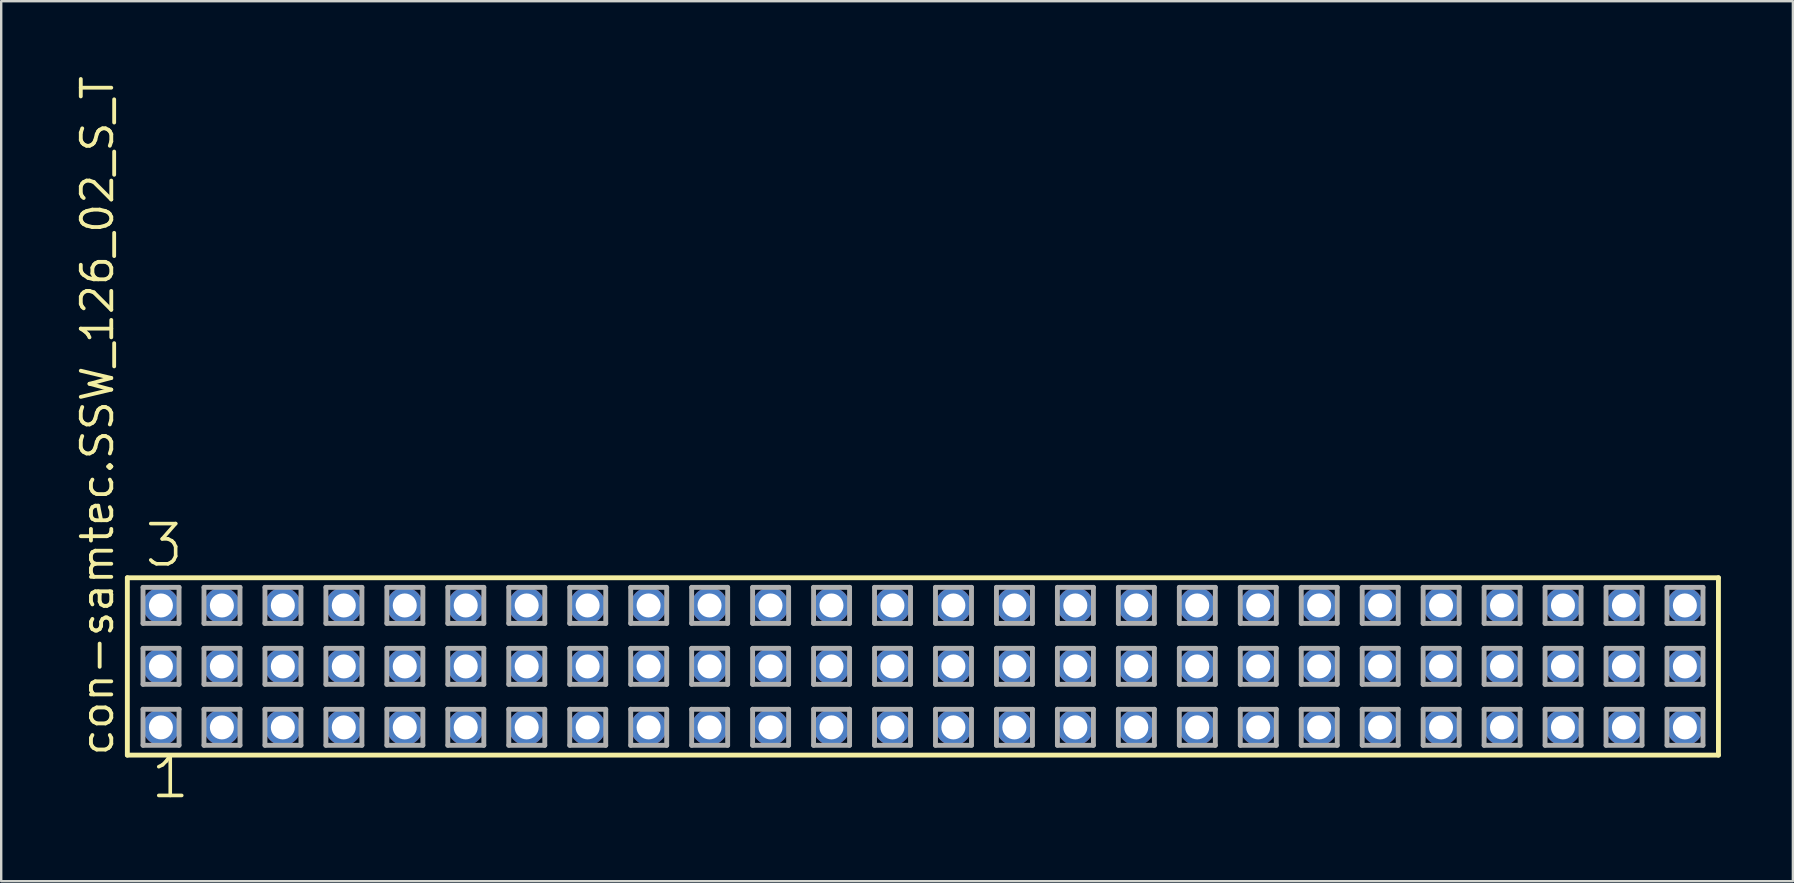
<source format=kicad_pcb>
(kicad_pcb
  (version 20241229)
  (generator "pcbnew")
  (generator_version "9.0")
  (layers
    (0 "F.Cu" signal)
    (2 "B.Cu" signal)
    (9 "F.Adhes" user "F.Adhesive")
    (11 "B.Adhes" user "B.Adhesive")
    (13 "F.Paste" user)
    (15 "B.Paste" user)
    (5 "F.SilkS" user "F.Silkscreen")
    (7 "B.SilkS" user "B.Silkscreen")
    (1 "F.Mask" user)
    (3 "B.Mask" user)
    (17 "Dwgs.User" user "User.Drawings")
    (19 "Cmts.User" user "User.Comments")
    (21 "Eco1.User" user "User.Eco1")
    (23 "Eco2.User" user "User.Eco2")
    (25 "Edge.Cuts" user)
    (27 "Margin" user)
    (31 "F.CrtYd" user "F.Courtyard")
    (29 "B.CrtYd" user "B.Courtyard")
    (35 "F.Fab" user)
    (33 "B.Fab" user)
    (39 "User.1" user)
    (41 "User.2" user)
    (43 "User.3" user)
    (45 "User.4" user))
  (footprint "con-samtec.SSW_126_02_S_T"
    (layer "F.Cu")
    (at 35.405 24.719)
    (property "Reference" "con-samtec.SSW_126_02_S_T" (at -33.655 3.81 90) (layer "F.SilkS") (effects (font (size 1.27 1.27) (thickness 0.16)) (justify left bottom)))
    (attr through_hole)
    (fp_line (start -33.149 -3.695) (end 33.149 -3.695) (stroke (width 0.203) (type default)) (layer "F.SilkS"))
    (fp_line (start -33.149 3.695) (end -33.149 -3.695) (stroke (width 0.203) (type default)) (layer "F.SilkS"))
    (fp_line (start 33.149 -3.695) (end 33.149 3.695) (stroke (width 0.203) (type default)) (layer "F.SilkS"))
    (fp_line (start 33.149 3.695) (end -33.149 3.695) (stroke (width 0.203) (type default)) (layer "F.SilkS"))
    (fp_line (start -32.495 -3.295) (end -30.995 -3.295) (stroke (width 0.203) (type default)) (layer "F.Fab"))
    (fp_line (start -32.495 -1.795) (end -32.495 -3.295) (stroke (width 0.203) (type default)) (layer "F.Fab"))
    (fp_line (start -32.495 -0.755) (end -30.995 -0.755) (stroke (width 0.203) (type default)) (layer "F.Fab"))
    (fp_line (start -32.495 0.745) (end -32.495 -0.755) (stroke (width 0.203) (type default)) (layer "F.Fab"))
    (fp_line (start -32.495 1.785) (end -30.995 1.785) (stroke (width 0.203) (type default)) (layer "F.Fab"))
    (fp_line (start -32.495 3.285) (end -32.495 1.785) (stroke (width 0.203) (type default)) (layer "F.Fab"))
    (fp_line (start -30.995 -3.295) (end -30.995 -1.795) (stroke (width 0.203) (type default)) (layer "F.Fab"))
    (fp_line (start -30.995 -1.795) (end -32.495 -1.795) (stroke (width 0.203) (type default)) (layer "F.Fab"))
    (fp_line (start -30.995 -0.755) (end -30.995 0.745) (stroke (width 0.203) (type default)) (layer "F.Fab"))
    (fp_line (start -30.995 0.745) (end -32.495 0.745) (stroke (width 0.203) (type default)) (layer "F.Fab"))
    (fp_line (start -30.995 1.785) (end -30.995 3.285) (stroke (width 0.203) (type default)) (layer "F.Fab"))
    (fp_line (start -30.995 3.285) (end -32.495 3.285) (stroke (width 0.203) (type default)) (layer "F.Fab"))
    (fp_line (start -29.955 -3.295) (end -28.455 -3.295) (stroke (width 0.203) (type default)) (layer "F.Fab"))
    (fp_line (start -29.955 -1.795) (end -29.955 -3.295) (stroke (width 0.203) (type default)) (layer "F.Fab"))
    (fp_line (start -29.955 -0.755) (end -28.455 -0.755) (stroke (width 0.203) (type default)) (layer "F.Fab"))
    (fp_line (start -29.955 0.745) (end -29.955 -0.755) (stroke (width 0.203) (type default)) (layer "F.Fab"))
    (fp_line (start -29.955 1.785) (end -28.455 1.785) (stroke (width 0.203) (type default)) (layer "F.Fab"))
    (fp_line (start -29.955 3.285) (end -29.955 1.785) (stroke (width 0.203) (type default)) (layer "F.Fab"))
    (fp_line (start -28.455 -3.295) (end -28.455 -1.795) (stroke (width 0.203) (type default)) (layer "F.Fab"))
    (fp_line (start -28.455 -1.795) (end -29.955 -1.795) (stroke (width 0.203) (type default)) (layer "F.Fab"))
    (fp_line (start -28.455 -0.755) (end -28.455 0.745) (stroke (width 0.203) (type default)) (layer "F.Fab"))
    (fp_line (start -28.455 0.745) (end -29.955 0.745) (stroke (width 0.203) (type default)) (layer "F.Fab"))
    (fp_line (start -28.455 1.785) (end -28.455 3.285) (stroke (width 0.203) (type default)) (layer "F.Fab"))
    (fp_line (start -28.455 3.285) (end -29.955 3.285) (stroke (width 0.203) (type default)) (layer "F.Fab"))
    (fp_line (start -27.415 -3.295) (end -25.915 -3.295) (stroke (width 0.203) (type default)) (layer "F.Fab"))
    (fp_line (start -27.415 -1.795) (end -27.415 -3.295) (stroke (width 0.203) (type default)) (layer "F.Fab"))
    (fp_line (start -27.415 -0.755) (end -25.915 -0.755) (stroke (width 0.203) (type default)) (layer "F.Fab"))
    (fp_line (start -27.415 0.745) (end -27.415 -0.755) (stroke (width 0.203) (type default)) (layer "F.Fab"))
    (fp_line (start -27.415 1.785) (end -25.915 1.785) (stroke (width 0.203) (type default)) (layer "F.Fab"))
    (fp_line (start -27.415 3.285) (end -27.415 1.785) (stroke (width 0.203) (type default)) (layer "F.Fab"))
    (fp_line (start -25.915 -3.295) (end -25.915 -1.795) (stroke (width 0.203) (type default)) (layer "F.Fab"))
    (fp_line (start -25.915 -1.795) (end -27.415 -1.795) (stroke (width 0.203) (type default)) (layer "F.Fab"))
    (fp_line (start -25.915 -0.755) (end -25.915 0.745) (stroke (width 0.203) (type default)) (layer "F.Fab"))
    (fp_line (start -25.915 0.745) (end -27.415 0.745) (stroke (width 0.203) (type default)) (layer "F.Fab"))
    (fp_line (start -25.915 1.785) (end -25.915 3.285) (stroke (width 0.203) (type default)) (layer "F.Fab"))
    (fp_line (start -25.915 3.285) (end -27.415 3.285) (stroke (width 0.203) (type default)) (layer "F.Fab"))
    (fp_line (start -24.875 -3.295) (end -23.375 -3.295) (stroke (width 0.203) (type default)) (layer "F.Fab"))
    (fp_line (start -24.875 -1.795) (end -24.875 -3.295) (stroke (width 0.203) (type default)) (layer "F.Fab"))
    (fp_line (start -24.875 -0.755) (end -23.375 -0.755) (stroke (width 0.203) (type default)) (layer "F.Fab"))
    (fp_line (start -24.875 0.745) (end -24.875 -0.755) (stroke (width 0.203) (type default)) (layer "F.Fab"))
    (fp_line (start -24.875 1.785) (end -23.375 1.785) (stroke (width 0.203) (type default)) (layer "F.Fab"))
    (fp_line (start -24.875 3.285) (end -24.875 1.785) (stroke (width 0.203) (type default)) (layer "F.Fab"))
    (fp_line (start -23.375 -3.295) (end -23.375 -1.795) (stroke (width 0.203) (type default)) (layer "F.Fab"))
    (fp_line (start -23.375 -1.795) (end -24.875 -1.795) (stroke (width 0.203) (type default)) (layer "F.Fab"))
    (fp_line (start -23.375 -0.755) (end -23.375 0.745) (stroke (width 0.203) (type default)) (layer "F.Fab"))
    (fp_line (start -23.375 0.745) (end -24.875 0.745) (stroke (width 0.203) (type default)) (layer "F.Fab"))
    (fp_line (start -23.375 1.785) (end -23.375 3.285) (stroke (width 0.203) (type default)) (layer "F.Fab"))
    (fp_line (start -23.375 3.285) (end -24.875 3.285) (stroke (width 0.203) (type default)) (layer "F.Fab"))
    (fp_line (start -22.335 -3.295) (end -20.835 -3.295) (stroke (width 0.203) (type default)) (layer "F.Fab"))
    (fp_line (start -22.335 -1.795) (end -22.335 -3.295) (stroke (width 0.203) (type default)) (layer "F.Fab"))
    (fp_line (start -22.335 -0.755) (end -20.835 -0.755) (stroke (width 0.203) (type default)) (layer "F.Fab"))
    (fp_line (start -22.335 0.745) (end -22.335 -0.755) (stroke (width 0.203) (type default)) (layer "F.Fab"))
    (fp_line (start -22.335 1.785) (end -20.835 1.785) (stroke (width 0.203) (type default)) (layer "F.Fab"))
    (fp_line (start -22.335 3.285) (end -22.335 1.785) (stroke (width 0.203) (type default)) (layer "F.Fab"))
    (fp_line (start -20.835 -3.295) (end -20.835 -1.795) (stroke (width 0.203) (type default)) (layer "F.Fab"))
    (fp_line (start -20.835 -1.795) (end -22.335 -1.795) (stroke (width 0.203) (type default)) (layer "F.Fab"))
    (fp_line (start -20.835 -0.755) (end -20.835 0.745) (stroke (width 0.203) (type default)) (layer "F.Fab"))
    (fp_line (start -20.835 0.745) (end -22.335 0.745) (stroke (width 0.203) (type default)) (layer "F.Fab"))
    (fp_line (start -20.835 1.785) (end -20.835 3.285) (stroke (width 0.203) (type default)) (layer "F.Fab"))
    (fp_line (start -20.835 3.285) (end -22.335 3.285) (stroke (width 0.203) (type default)) (layer "F.Fab"))
    (fp_line (start -19.795 -3.295) (end -18.295 -3.295) (stroke (width 0.203) (type default)) (layer "F.Fab"))
    (fp_line (start -19.795 -1.795) (end -19.795 -3.295) (stroke (width 0.203) (type default)) (layer "F.Fab"))
    (fp_line (start -19.795 -0.755) (end -18.295 -0.755) (stroke (width 0.203) (type default)) (layer "F.Fab"))
    (fp_line (start -19.795 0.745) (end -19.795 -0.755) (stroke (width 0.203) (type default)) (layer "F.Fab"))
    (fp_line (start -19.795 1.785) (end -18.295 1.785) (stroke (width 0.203) (type default)) (layer "F.Fab"))
    (fp_line (start -19.795 3.285) (end -19.795 1.785) (stroke (width 0.203) (type default)) (layer "F.Fab"))
    (fp_line (start -18.295 -3.295) (end -18.295 -1.795) (stroke (width 0.203) (type default)) (layer "F.Fab"))
    (fp_line (start -18.295 -1.795) (end -19.795 -1.795) (stroke (width 0.203) (type default)) (layer "F.Fab"))
    (fp_line (start -18.295 -0.755) (end -18.295 0.745) (stroke (width 0.203) (type default)) (layer "F.Fab"))
    (fp_line (start -18.295 0.745) (end -19.795 0.745) (stroke (width 0.203) (type default)) (layer "F.Fab"))
    (fp_line (start -18.295 1.785) (end -18.295 3.285) (stroke (width 0.203) (type default)) (layer "F.Fab"))
    (fp_line (start -18.295 3.285) (end -19.795 3.285) (stroke (width 0.203) (type default)) (layer "F.Fab"))
    (fp_line (start -17.255 -3.295) (end -15.755 -3.295) (stroke (width 0.203) (type default)) (layer "F.Fab"))
    (fp_line (start -17.255 -1.795) (end -17.255 -3.295) (stroke (width 0.203) (type default)) (layer "F.Fab"))
    (fp_line (start -17.255 -0.755) (end -15.755 -0.755) (stroke (width 0.203) (type default)) (layer "F.Fab"))
    (fp_line (start -17.255 0.745) (end -17.255 -0.755) (stroke (width 0.203) (type default)) (layer "F.Fab"))
    (fp_line (start -17.255 1.785) (end -15.755 1.785) (stroke (width 0.203) (type default)) (layer "F.Fab"))
    (fp_line (start -17.255 3.285) (end -17.255 1.785) (stroke (width 0.203) (type default)) (layer "F.Fab"))
    (fp_line (start -15.755 -3.295) (end -15.755 -1.795) (stroke (width 0.203) (type default)) (layer "F.Fab"))
    (fp_line (start -15.755 -1.795) (end -17.255 -1.795) (stroke (width 0.203) (type default)) (layer "F.Fab"))
    (fp_line (start -15.755 -0.755) (end -15.755 0.745) (stroke (width 0.203) (type default)) (layer "F.Fab"))
    (fp_line (start -15.755 0.745) (end -17.255 0.745) (stroke (width 0.203) (type default)) (layer "F.Fab"))
    (fp_line (start -15.755 1.785) (end -15.755 3.285) (stroke (width 0.203) (type default)) (layer "F.Fab"))
    (fp_line (start -15.755 3.285) (end -17.255 3.285) (stroke (width 0.203) (type default)) (layer "F.Fab"))
    (fp_line (start -14.715 -3.295) (end -13.215 -3.295) (stroke (width 0.203) (type default)) (layer "F.Fab"))
    (fp_line (start -14.715 -1.795) (end -14.715 -3.295) (stroke (width 0.203) (type default)) (layer "F.Fab"))
    (fp_line (start -14.715 -0.755) (end -13.215 -0.755) (stroke (width 0.203) (type default)) (layer "F.Fab"))
    (fp_line (start -14.715 0.745) (end -14.715 -0.755) (stroke (width 0.203) (type default)) (layer "F.Fab"))
    (fp_line (start -14.715 1.785) (end -13.215 1.785) (stroke (width 0.203) (type default)) (layer "F.Fab"))
    (fp_line (start -14.715 3.285) (end -14.715 1.785) (stroke (width 0.203) (type default)) (layer "F.Fab"))
    (fp_line (start -13.215 -3.295) (end -13.215 -1.795) (stroke (width 0.203) (type default)) (layer "F.Fab"))
    (fp_line (start -13.215 -1.795) (end -14.715 -1.795) (stroke (width 0.203) (type default)) (layer "F.Fab"))
    (fp_line (start -13.215 -0.755) (end -13.215 0.745) (stroke (width 0.203) (type default)) (layer "F.Fab"))
    (fp_line (start -13.215 0.745) (end -14.715 0.745) (stroke (width 0.203) (type default)) (layer "F.Fab"))
    (fp_line (start -13.215 1.785) (end -13.215 3.285) (stroke (width 0.203) (type default)) (layer "F.Fab"))
    (fp_line (start -13.215 3.285) (end -14.715 3.285) (stroke (width 0.203) (type default)) (layer "F.Fab"))
    (fp_line (start -12.175 -3.295) (end -10.675 -3.295) (stroke (width 0.203) (type default)) (layer "F.Fab"))
    (fp_line (start -12.175 -1.795) (end -12.175 -3.295) (stroke (width 0.203) (type default)) (layer "F.Fab"))
    (fp_line (start -12.175 -0.755) (end -10.675 -0.755) (stroke (width 0.203) (type default)) (layer "F.Fab"))
    (fp_line (start -12.175 0.745) (end -12.175 -0.755) (stroke (width 0.203) (type default)) (layer "F.Fab"))
    (fp_line (start -12.175 1.785) (end -10.675 1.785) (stroke (width 0.203) (type default)) (layer "F.Fab"))
    (fp_line (start -12.175 3.285) (end -12.175 1.785) (stroke (width 0.203) (type default)) (layer "F.Fab"))
    (fp_line (start -10.675 -3.295) (end -10.675 -1.795) (stroke (width 0.203) (type default)) (layer "F.Fab"))
    (fp_line (start -10.675 -1.795) (end -12.175 -1.795) (stroke (width 0.203) (type default)) (layer "F.Fab"))
    (fp_line (start -10.675 -0.755) (end -10.675 0.745) (stroke (width 0.203) (type default)) (layer "F.Fab"))
    (fp_line (start -10.675 0.745) (end -12.175 0.745) (stroke (width 0.203) (type default)) (layer "F.Fab"))
    (fp_line (start -10.675 1.785) (end -10.675 3.285) (stroke (width 0.203) (type default)) (layer "F.Fab"))
    (fp_line (start -10.675 3.285) (end -12.175 3.285) (stroke (width 0.203) (type default)) (layer "F.Fab"))
    (fp_line (start -9.635 -3.295) (end -8.135 -3.295) (stroke (width 0.203) (type default)) (layer "F.Fab"))
    (fp_line (start -9.635 -1.795) (end -9.635 -3.295) (stroke (width 0.203) (type default)) (layer "F.Fab"))
    (fp_line (start -9.635 -0.755) (end -8.135 -0.755) (stroke (width 0.203) (type default)) (layer "F.Fab"))
    (fp_line (start -9.635 0.745) (end -9.635 -0.755) (stroke (width 0.203) (type default)) (layer "F.Fab"))
    (fp_line (start -9.635 1.785) (end -8.135 1.785) (stroke (width 0.203) (type default)) (layer "F.Fab"))
    (fp_line (start -9.635 3.285) (end -9.635 1.785) (stroke (width 0.203) (type default)) (layer "F.Fab"))
    (fp_line (start -8.135 -3.295) (end -8.135 -1.795) (stroke (width 0.203) (type default)) (layer "F.Fab"))
    (fp_line (start -8.135 -1.795) (end -9.635 -1.795) (stroke (width 0.203) (type default)) (layer "F.Fab"))
    (fp_line (start -8.135 -0.755) (end -8.135 0.745) (stroke (width 0.203) (type default)) (layer "F.Fab"))
    (fp_line (start -8.135 0.745) (end -9.635 0.745) (stroke (width 0.203) (type default)) (layer "F.Fab"))
    (fp_line (start -8.135 1.785) (end -8.135 3.285) (stroke (width 0.203) (type default)) (layer "F.Fab"))
    (fp_line (start -8.135 3.285) (end -9.635 3.285) (stroke (width 0.203) (type default)) (layer "F.Fab"))
    (fp_line (start -7.095 -3.295) (end -5.595 -3.295) (stroke (width 0.203) (type default)) (layer "F.Fab"))
    (fp_line (start -7.095 -1.795) (end -7.095 -3.295) (stroke (width 0.203) (type default)) (layer "F.Fab"))
    (fp_line (start -7.095 -0.755) (end -5.595 -0.755) (stroke (width 0.203) (type default)) (layer "F.Fab"))
    (fp_line (start -7.095 0.745) (end -7.095 -0.755) (stroke (width 0.203) (type default)) (layer "F.Fab"))
    (fp_line (start -7.095 1.785) (end -5.595 1.785) (stroke (width 0.203) (type default)) (layer "F.Fab"))
    (fp_line (start -7.095 3.285) (end -7.095 1.785) (stroke (width 0.203) (type default)) (layer "F.Fab"))
    (fp_line (start -5.595 -3.295) (end -5.595 -1.795) (stroke (width 0.203) (type default)) (layer "F.Fab"))
    (fp_line (start -5.595 -1.795) (end -7.095 -1.795) (stroke (width 0.203) (type default)) (layer "F.Fab"))
    (fp_line (start -5.595 -0.755) (end -5.595 0.745) (stroke (width 0.203) (type default)) (layer "F.Fab"))
    (fp_line (start -5.595 0.745) (end -7.095 0.745) (stroke (width 0.203) (type default)) (layer "F.Fab"))
    (fp_line (start -5.595 1.785) (end -5.595 3.285) (stroke (width 0.203) (type default)) (layer "F.Fab"))
    (fp_line (start -5.595 3.285) (end -7.095 3.285) (stroke (width 0.203) (type default)) (layer "F.Fab"))
    (fp_line (start -4.555 -3.295) (end -3.055 -3.295) (stroke (width 0.203) (type default)) (layer "F.Fab"))
    (fp_line (start -4.555 -1.795) (end -4.555 -3.295) (stroke (width 0.203) (type default)) (layer "F.Fab"))
    (fp_line (start -4.555 -0.755) (end -3.055 -0.755) (stroke (width 0.203) (type default)) (layer "F.Fab"))
    (fp_line (start -4.555 0.745) (end -4.555 -0.755) (stroke (width 0.203) (type default)) (layer "F.Fab"))
    (fp_line (start -4.555 1.785) (end -3.055 1.785) (stroke (width 0.203) (type default)) (layer "F.Fab"))
    (fp_line (start -4.555 3.285) (end -4.555 1.785) (stroke (width 0.203) (type default)) (layer "F.Fab"))
    (fp_line (start -3.055 -3.295) (end -3.055 -1.795) (stroke (width 0.203) (type default)) (layer "F.Fab"))
    (fp_line (start -3.055 -1.795) (end -4.555 -1.795) (stroke (width 0.203) (type default)) (layer "F.Fab"))
    (fp_line (start -3.055 -0.755) (end -3.055 0.745) (stroke (width 0.203) (type default)) (layer "F.Fab"))
    (fp_line (start -3.055 0.745) (end -4.555 0.745) (stroke (width 0.203) (type default)) (layer "F.Fab"))
    (fp_line (start -3.055 1.785) (end -3.055 3.285) (stroke (width 0.203) (type default)) (layer "F.Fab"))
    (fp_line (start -3.055 3.285) (end -4.555 3.285) (stroke (width 0.203) (type default)) (layer "F.Fab"))
    (fp_line (start -2.015 -3.295) (end -0.515 -3.295) (stroke (width 0.203) (type default)) (layer "F.Fab"))
    (fp_line (start -2.015 -1.795) (end -2.015 -3.295) (stroke (width 0.203) (type default)) (layer "F.Fab"))
    (fp_line (start -2.015 -0.755) (end -0.515 -0.755) (stroke (width 0.203) (type default)) (layer "F.Fab"))
    (fp_line (start -2.015 0.745) (end -2.015 -0.755) (stroke (width 0.203) (type default)) (layer "F.Fab"))
    (fp_line (start -2.015 1.785) (end -0.515 1.785) (stroke (width 0.203) (type default)) (layer "F.Fab"))
    (fp_line (start -2.015 3.285) (end -2.015 1.785) (stroke (width 0.203) (type default)) (layer "F.Fab"))
    (fp_line (start -0.515 -3.295) (end -0.515 -1.795) (stroke (width 0.203) (type default)) (layer "F.Fab"))
    (fp_line (start -0.515 -1.795) (end -2.015 -1.795) (stroke (width 0.203) (type default)) (layer "F.Fab"))
    (fp_line (start -0.515 -0.755) (end -0.515 0.745) (stroke (width 0.203) (type default)) (layer "F.Fab"))
    (fp_line (start -0.515 0.745) (end -2.015 0.745) (stroke (width 0.203) (type default)) (layer "F.Fab"))
    (fp_line (start -0.515 1.785) (end -0.515 3.285) (stroke (width 0.203) (type default)) (layer "F.Fab"))
    (fp_line (start -0.515 3.285) (end -2.015 3.285) (stroke (width 0.203) (type default)) (layer "F.Fab"))
    (fp_line (start 0.525 -3.295) (end 2.025 -3.295) (stroke (width 0.203) (type default)) (layer "F.Fab"))
    (fp_line (start 0.525 -1.795) (end 0.525 -3.295) (stroke (width 0.203) (type default)) (layer "F.Fab"))
    (fp_line (start 0.525 -0.755) (end 2.025 -0.755) (stroke (width 0.203) (type default)) (layer "F.Fab"))
    (fp_line (start 0.525 0.745) (end 0.525 -0.755) (stroke (width 0.203) (type default)) (layer "F.Fab"))
    (fp_line (start 0.525 1.785) (end 2.025 1.785) (stroke (width 0.203) (type default)) (layer "F.Fab"))
    (fp_line (start 0.525 3.285) (end 0.525 1.785) (stroke (width 0.203) (type default)) (layer "F.Fab"))
    (fp_line (start 2.025 -3.295) (end 2.025 -1.795) (stroke (width 0.203) (type default)) (layer "F.Fab"))
    (fp_line (start 2.025 -1.795) (end 0.525 -1.795) (stroke (width 0.203) (type default)) (layer "F.Fab"))
    (fp_line (start 2.025 -0.755) (end 2.025 0.745) (stroke (width 0.203) (type default)) (layer "F.Fab"))
    (fp_line (start 2.025 0.745) (end 0.525 0.745) (stroke (width 0.203) (type default)) (layer "F.Fab"))
    (fp_line (start 2.025 1.785) (end 2.025 3.285) (stroke (width 0.203) (type default)) (layer "F.Fab"))
    (fp_line (start 2.025 3.285) (end 0.525 3.285) (stroke (width 0.203) (type default)) (layer "F.Fab"))
    (fp_line (start 3.065 -3.295) (end 4.565 -3.295) (stroke (width 0.203) (type default)) (layer "F.Fab"))
    (fp_line (start 3.065 -1.795) (end 3.065 -3.295) (stroke (width 0.203) (type default)) (layer "F.Fab"))
    (fp_line (start 3.065 -0.755) (end 4.565 -0.755) (stroke (width 0.203) (type default)) (layer "F.Fab"))
    (fp_line (start 3.065 0.745) (end 3.065 -0.755) (stroke (width 0.203) (type default)) (layer "F.Fab"))
    (fp_line (start 3.065 1.785) (end 4.565 1.785) (stroke (width 0.203) (type default)) (layer "F.Fab"))
    (fp_line (start 3.065 3.285) (end 3.065 1.785) (stroke (width 0.203) (type default)) (layer "F.Fab"))
    (fp_line (start 4.565 -3.295) (end 4.565 -1.795) (stroke (width 0.203) (type default)) (layer "F.Fab"))
    (fp_line (start 4.565 -1.795) (end 3.065 -1.795) (stroke (width 0.203) (type default)) (layer "F.Fab"))
    (fp_line (start 4.565 -0.755) (end 4.565 0.745) (stroke (width 0.203) (type default)) (layer "F.Fab"))
    (fp_line (start 4.565 0.745) (end 3.065 0.745) (stroke (width 0.203) (type default)) (layer "F.Fab"))
    (fp_line (start 4.565 1.785) (end 4.565 3.285) (stroke (width 0.203) (type default)) (layer "F.Fab"))
    (fp_line (start 4.565 3.285) (end 3.065 3.285) (stroke (width 0.203) (type default)) (layer "F.Fab"))
    (fp_line (start 5.605 -3.295) (end 7.105 -3.295) (stroke (width 0.203) (type default)) (layer "F.Fab"))
    (fp_line (start 5.605 -1.795) (end 5.605 -3.295) (stroke (width 0.203) (type default)) (layer "F.Fab"))
    (fp_line (start 5.605 -0.755) (end 7.105 -0.755) (stroke (width 0.203) (type default)) (layer "F.Fab"))
    (fp_line (start 5.605 0.745) (end 5.605 -0.755) (stroke (width 0.203) (type default)) (layer "F.Fab"))
    (fp_line (start 5.605 1.785) (end 7.105 1.785) (stroke (width 0.203) (type default)) (layer "F.Fab"))
    (fp_line (start 5.605 3.285) (end 5.605 1.785) (stroke (width 0.203) (type default)) (layer "F.Fab"))
    (fp_line (start 7.105 -3.295) (end 7.105 -1.795) (stroke (width 0.203) (type default)) (layer "F.Fab"))
    (fp_line (start 7.105 -1.795) (end 5.605 -1.795) (stroke (width 0.203) (type default)) (layer "F.Fab"))
    (fp_line (start 7.105 -0.755) (end 7.105 0.745) (stroke (width 0.203) (type default)) (layer "F.Fab"))
    (fp_line (start 7.105 0.745) (end 5.605 0.745) (stroke (width 0.203) (type default)) (layer "F.Fab"))
    (fp_line (start 7.105 1.785) (end 7.105 3.285) (stroke (width 0.203) (type default)) (layer "F.Fab"))
    (fp_line (start 7.105 3.285) (end 5.605 3.285) (stroke (width 0.203) (type default)) (layer "F.Fab"))
    (fp_line (start 8.145 -3.295) (end 9.645 -3.295) (stroke (width 0.203) (type default)) (layer "F.Fab"))
    (fp_line (start 8.145 -1.795) (end 8.145 -3.295) (stroke (width 0.203) (type default)) (layer "F.Fab"))
    (fp_line (start 8.145 -0.755) (end 9.645 -0.755) (stroke (width 0.203) (type default)) (layer "F.Fab"))
    (fp_line (start 8.145 0.745) (end 8.145 -0.755) (stroke (width 0.203) (type default)) (layer "F.Fab"))
    (fp_line (start 8.145 1.785) (end 9.645 1.785) (stroke (width 0.203) (type default)) (layer "F.Fab"))
    (fp_line (start 8.145 3.285) (end 8.145 1.785) (stroke (width 0.203) (type default)) (layer "F.Fab"))
    (fp_line (start 9.645 -3.295) (end 9.645 -1.795) (stroke (width 0.203) (type default)) (layer "F.Fab"))
    (fp_line (start 9.645 -1.795) (end 8.145 -1.795) (stroke (width 0.203) (type default)) (layer "F.Fab"))
    (fp_line (start 9.645 -0.755) (end 9.645 0.745) (stroke (width 0.203) (type default)) (layer "F.Fab"))
    (fp_line (start 9.645 0.745) (end 8.145 0.745) (stroke (width 0.203) (type default)) (layer "F.Fab"))
    (fp_line (start 9.645 1.785) (end 9.645 3.285) (stroke (width 0.203) (type default)) (layer "F.Fab"))
    (fp_line (start 9.645 3.285) (end 8.145 3.285) (stroke (width 0.203) (type default)) (layer "F.Fab"))
    (fp_line (start 10.685 -3.295) (end 12.185 -3.295) (stroke (width 0.203) (type default)) (layer "F.Fab"))
    (fp_line (start 10.685 -1.795) (end 10.685 -3.295) (stroke (width 0.203) (type default)) (layer "F.Fab"))
    (fp_line (start 10.685 -0.755) (end 12.185 -0.755) (stroke (width 0.203) (type default)) (layer "F.Fab"))
    (fp_line (start 10.685 0.745) (end 10.685 -0.755) (stroke (width 0.203) (type default)) (layer "F.Fab"))
    (fp_line (start 10.685 1.785) (end 12.185 1.785) (stroke (width 0.203) (type default)) (layer "F.Fab"))
    (fp_line (start 10.685 3.285) (end 10.685 1.785) (stroke (width 0.203) (type default)) (layer "F.Fab"))
    (fp_line (start 12.185 -3.295) (end 12.185 -1.795) (stroke (width 0.203) (type default)) (layer "F.Fab"))
    (fp_line (start 12.185 -1.795) (end 10.685 -1.795) (stroke (width 0.203) (type default)) (layer "F.Fab"))
    (fp_line (start 12.185 -0.755) (end 12.185 0.745) (stroke (width 0.203) (type default)) (layer "F.Fab"))
    (fp_line (start 12.185 0.745) (end 10.685 0.745) (stroke (width 0.203) (type default)) (layer "F.Fab"))
    (fp_line (start 12.185 1.785) (end 12.185 3.285) (stroke (width 0.203) (type default)) (layer "F.Fab"))
    (fp_line (start 12.185 3.285) (end 10.685 3.285) (stroke (width 0.203) (type default)) (layer "F.Fab"))
    (fp_line (start 13.225 -3.295) (end 14.725 -3.295) (stroke (width 0.203) (type default)) (layer "F.Fab"))
    (fp_line (start 13.225 -1.795) (end 13.225 -3.295) (stroke (width 0.203) (type default)) (layer "F.Fab"))
    (fp_line (start 13.225 -0.755) (end 14.725 -0.755) (stroke (width 0.203) (type default)) (layer "F.Fab"))
    (fp_line (start 13.225 0.745) (end 13.225 -0.755) (stroke (width 0.203) (type default)) (layer "F.Fab"))
    (fp_line (start 13.225 1.785) (end 14.725 1.785) (stroke (width 0.203) (type default)) (layer "F.Fab"))
    (fp_line (start 13.225 3.285) (end 13.225 1.785) (stroke (width 0.203) (type default)) (layer "F.Fab"))
    (fp_line (start 14.725 -3.295) (end 14.725 -1.795) (stroke (width 0.203) (type default)) (layer "F.Fab"))
    (fp_line (start 14.725 -1.795) (end 13.225 -1.795) (stroke (width 0.203) (type default)) (layer "F.Fab"))
    (fp_line (start 14.725 -0.755) (end 14.725 0.745) (stroke (width 0.203) (type default)) (layer "F.Fab"))
    (fp_line (start 14.725 0.745) (end 13.225 0.745) (stroke (width 0.203) (type default)) (layer "F.Fab"))
    (fp_line (start 14.725 1.785) (end 14.725 3.285) (stroke (width 0.203) (type default)) (layer "F.Fab"))
    (fp_line (start 14.725 3.285) (end 13.225 3.285) (stroke (width 0.203) (type default)) (layer "F.Fab"))
    (fp_line (start 15.765 -3.295) (end 17.265 -3.295) (stroke (width 0.203) (type default)) (layer "F.Fab"))
    (fp_line (start 15.765 -1.795) (end 15.765 -3.295) (stroke (width 0.203) (type default)) (layer "F.Fab"))
    (fp_line (start 15.765 -0.755) (end 17.265 -0.755) (stroke (width 0.203) (type default)) (layer "F.Fab"))
    (fp_line (start 15.765 0.745) (end 15.765 -0.755) (stroke (width 0.203) (type default)) (layer "F.Fab"))
    (fp_line (start 15.765 1.785) (end 17.265 1.785) (stroke (width 0.203) (type default)) (layer "F.Fab"))
    (fp_line (start 15.765 3.285) (end 15.765 1.785) (stroke (width 0.203) (type default)) (layer "F.Fab"))
    (fp_line (start 17.265 -3.295) (end 17.265 -1.795) (stroke (width 0.203) (type default)) (layer "F.Fab"))
    (fp_line (start 17.265 -1.795) (end 15.765 -1.795) (stroke (width 0.203) (type default)) (layer "F.Fab"))
    (fp_line (start 17.265 -0.755) (end 17.265 0.745) (stroke (width 0.203) (type default)) (layer "F.Fab"))
    (fp_line (start 17.265 0.745) (end 15.765 0.745) (stroke (width 0.203) (type default)) (layer "F.Fab"))
    (fp_line (start 17.265 1.785) (end 17.265 3.285) (stroke (width 0.203) (type default)) (layer "F.Fab"))
    (fp_line (start 17.265 3.285) (end 15.765 3.285) (stroke (width 0.203) (type default)) (layer "F.Fab"))
    (fp_line (start 18.305 -3.295) (end 19.805 -3.295) (stroke (width 0.203) (type default)) (layer "F.Fab"))
    (fp_line (start 18.305 -1.795) (end 18.305 -3.295) (stroke (width 0.203) (type default)) (layer "F.Fab"))
    (fp_line (start 18.305 -0.755) (end 19.805 -0.755) (stroke (width 0.203) (type default)) (layer "F.Fab"))
    (fp_line (start 18.305 0.745) (end 18.305 -0.755) (stroke (width 0.203) (type default)) (layer "F.Fab"))
    (fp_line (start 18.305 1.785) (end 19.805 1.785) (stroke (width 0.203) (type default)) (layer "F.Fab"))
    (fp_line (start 18.305 3.285) (end 18.305 1.785) (stroke (width 0.203) (type default)) (layer "F.Fab"))
    (fp_line (start 19.805 -3.295) (end 19.805 -1.795) (stroke (width 0.203) (type default)) (layer "F.Fab"))
    (fp_line (start 19.805 -1.795) (end 18.305 -1.795) (stroke (width 0.203) (type default)) (layer "F.Fab"))
    (fp_line (start 19.805 -0.755) (end 19.805 0.745) (stroke (width 0.203) (type default)) (layer "F.Fab"))
    (fp_line (start 19.805 0.745) (end 18.305 0.745) (stroke (width 0.203) (type default)) (layer "F.Fab"))
    (fp_line (start 19.805 1.785) (end 19.805 3.285) (stroke (width 0.203) (type default)) (layer "F.Fab"))
    (fp_line (start 19.805 3.285) (end 18.305 3.285) (stroke (width 0.203) (type default)) (layer "F.Fab"))
    (fp_line (start 20.845 -3.295) (end 22.345 -3.295) (stroke (width 0.203) (type default)) (layer "F.Fab"))
    (fp_line (start 20.845 -1.795) (end 20.845 -3.295) (stroke (width 0.203) (type default)) (layer "F.Fab"))
    (fp_line (start 20.845 -0.755) (end 22.345 -0.755) (stroke (width 0.203) (type default)) (layer "F.Fab"))
    (fp_line (start 20.845 0.745) (end 20.845 -0.755) (stroke (width 0.203) (type default)) (layer "F.Fab"))
    (fp_line (start 20.845 1.785) (end 22.345 1.785) (stroke (width 0.203) (type default)) (layer "F.Fab"))
    (fp_line (start 20.845 3.285) (end 20.845 1.785) (stroke (width 0.203) (type default)) (layer "F.Fab"))
    (fp_line (start 22.345 -3.295) (end 22.345 -1.795) (stroke (width 0.203) (type default)) (layer "F.Fab"))
    (fp_line (start 22.345 -1.795) (end 20.845 -1.795) (stroke (width 0.203) (type default)) (layer "F.Fab"))
    (fp_line (start 22.345 -0.755) (end 22.345 0.745) (stroke (width 0.203) (type default)) (layer "F.Fab"))
    (fp_line (start 22.345 0.745) (end 20.845 0.745) (stroke (width 0.203) (type default)) (layer "F.Fab"))
    (fp_line (start 22.345 1.785) (end 22.345 3.285) (stroke (width 0.203) (type default)) (layer "F.Fab"))
    (fp_line (start 22.345 3.285) (end 20.845 3.285) (stroke (width 0.203) (type default)) (layer "F.Fab"))
    (fp_line (start 23.385 -3.295) (end 24.885 -3.295) (stroke (width 0.203) (type default)) (layer "F.Fab"))
    (fp_line (start 23.385 -1.795) (end 23.385 -3.295) (stroke (width 0.203) (type default)) (layer "F.Fab"))
    (fp_line (start 23.385 -0.755) (end 24.885 -0.755) (stroke (width 0.203) (type default)) (layer "F.Fab"))
    (fp_line (start 23.385 0.745) (end 23.385 -0.755) (stroke (width 0.203) (type default)) (layer "F.Fab"))
    (fp_line (start 23.385 1.785) (end 24.885 1.785) (stroke (width 0.203) (type default)) (layer "F.Fab"))
    (fp_line (start 23.385 3.285) (end 23.385 1.785) (stroke (width 0.203) (type default)) (layer "F.Fab"))
    (fp_line (start 24.885 -3.295) (end 24.885 -1.795) (stroke (width 0.203) (type default)) (layer "F.Fab"))
    (fp_line (start 24.885 -1.795) (end 23.385 -1.795) (stroke (width 0.203) (type default)) (layer "F.Fab"))
    (fp_line (start 24.885 -0.755) (end 24.885 0.745) (stroke (width 0.203) (type default)) (layer "F.Fab"))
    (fp_line (start 24.885 0.745) (end 23.385 0.745) (stroke (width 0.203) (type default)) (layer "F.Fab"))
    (fp_line (start 24.885 1.785) (end 24.885 3.285) (stroke (width 0.203) (type default)) (layer "F.Fab"))
    (fp_line (start 24.885 3.285) (end 23.385 3.285) (stroke (width 0.203) (type default)) (layer "F.Fab"))
    (fp_line (start 25.925 -3.295) (end 27.425 -3.295) (stroke (width 0.203) (type default)) (layer "F.Fab"))
    (fp_line (start 25.925 -1.795) (end 25.925 -3.295) (stroke (width 0.203) (type default)) (layer "F.Fab"))
    (fp_line (start 25.925 -0.755) (end 27.425 -0.755) (stroke (width 0.203) (type default)) (layer "F.Fab"))
    (fp_line (start 25.925 0.745) (end 25.925 -0.755) (stroke (width 0.203) (type default)) (layer "F.Fab"))
    (fp_line (start 25.925 1.785) (end 27.425 1.785) (stroke (width 0.203) (type default)) (layer "F.Fab"))
    (fp_line (start 25.925 3.285) (end 25.925 1.785) (stroke (width 0.203) (type default)) (layer "F.Fab"))
    (fp_line (start 27.425 -3.295) (end 27.425 -1.795) (stroke (width 0.203) (type default)) (layer "F.Fab"))
    (fp_line (start 27.425 -1.795) (end 25.925 -1.795) (stroke (width 0.203) (type default)) (layer "F.Fab"))
    (fp_line (start 27.425 -0.755) (end 27.425 0.745) (stroke (width 0.203) (type default)) (layer "F.Fab"))
    (fp_line (start 27.425 0.745) (end 25.925 0.745) (stroke (width 0.203) (type default)) (layer "F.Fab"))
    (fp_line (start 27.425 1.785) (end 27.425 3.285) (stroke (width 0.203) (type default)) (layer "F.Fab"))
    (fp_line (start 27.425 3.285) (end 25.925 3.285) (stroke (width 0.203) (type default)) (layer "F.Fab"))
    (fp_line (start 28.465 -3.295) (end 29.965 -3.295) (stroke (width 0.203) (type default)) (layer "F.Fab"))
    (fp_line (start 28.465 -1.795) (end 28.465 -3.295) (stroke (width 0.203) (type default)) (layer "F.Fab"))
    (fp_line (start 28.465 -0.755) (end 29.965 -0.755) (stroke (width 0.203) (type default)) (layer "F.Fab"))
    (fp_line (start 28.465 0.745) (end 28.465 -0.755) (stroke (width 0.203) (type default)) (layer "F.Fab"))
    (fp_line (start 28.465 1.785) (end 29.965 1.785) (stroke (width 0.203) (type default)) (layer "F.Fab"))
    (fp_line (start 28.465 3.285) (end 28.465 1.785) (stroke (width 0.203) (type default)) (layer "F.Fab"))
    (fp_line (start 29.965 -3.295) (end 29.965 -1.795) (stroke (width 0.203) (type default)) (layer "F.Fab"))
    (fp_line (start 29.965 -1.795) (end 28.465 -1.795) (stroke (width 0.203) (type default)) (layer "F.Fab"))
    (fp_line (start 29.965 -0.755) (end 29.965 0.745) (stroke (width 0.203) (type default)) (layer "F.Fab"))
    (fp_line (start 29.965 0.745) (end 28.465 0.745) (stroke (width 0.203) (type default)) (layer "F.Fab"))
    (fp_line (start 29.965 1.785) (end 29.965 3.285) (stroke (width 0.203) (type default)) (layer "F.Fab"))
    (fp_line (start 29.965 3.285) (end 28.465 3.285) (stroke (width 0.203) (type default)) (layer "F.Fab"))
    (fp_line (start 31.005 -3.295) (end 32.505 -3.295) (stroke (width 0.203) (type default)) (layer "F.Fab"))
    (fp_line (start 31.005 -1.795) (end 31.005 -3.295) (stroke (width 0.203) (type default)) (layer "F.Fab"))
    (fp_line (start 31.005 -0.755) (end 32.505 -0.755) (stroke (width 0.203) (type default)) (layer "F.Fab"))
    (fp_line (start 31.005 0.745) (end 31.005 -0.755) (stroke (width 0.203) (type default)) (layer "F.Fab"))
    (fp_line (start 31.005 1.785) (end 32.505 1.785) (stroke (width 0.203) (type default)) (layer "F.Fab"))
    (fp_line (start 31.005 3.285) (end 31.005 1.785) (stroke (width 0.203) (type default)) (layer "F.Fab"))
    (fp_line (start 32.505 -3.295) (end 32.505 -1.795) (stroke (width 0.203) (type default)) (layer "F.Fab"))
    (fp_line (start 32.505 -1.795) (end 31.005 -1.795) (stroke (width 0.203) (type default)) (layer "F.Fab"))
    (fp_line (start 32.505 -0.755) (end 32.505 0.745) (stroke (width 0.203) (type default)) (layer "F.Fab"))
    (fp_line (start 32.505 0.745) (end 31.005 0.745) (stroke (width 0.203) (type default)) (layer "F.Fab"))
    (fp_line (start 32.505 1.785) (end 32.505 3.285) (stroke (width 0.203) (type default)) (layer "F.Fab"))
    (fp_line (start 32.505 3.285) (end 31.005 3.285) (stroke (width 0.203) (type default)) (layer "F.Fab"))
    (fp_text user "3" (at -32.512 -4.064 0) (layer "F.SilkS") (effects (font (size 1.676 1.676) (thickness 0.15)) (justify left bottom)))
    (fp_text user "1" (at -32.258 5.588 0) (layer "F.SilkS") (effects (font (size 1.676 1.676) (thickness 0.15)) (justify left bottom)))
    (pad "1" thru_hole circle (at -31.75 2.54) (size 1.5 1.5) (drill 1) (layers "*.Cu" "*.Mask"))
    (pad "2" thru_hole circle (at -31.75 0) (size 1.5 1.5) (drill 1) (layers "*.Cu" "*.Mask"))
    (pad "3" thru_hole circle (at -31.75 -2.54) (size 1.5 1.5) (drill 1) (layers "*.Cu" "*.Mask"))
    (pad "4" thru_hole circle (at -29.21 2.54) (size 1.5 1.5) (drill 1) (layers "*.Cu" "*.Mask"))
    (pad "5" thru_hole circle (at -29.21 0) (size 1.5 1.5) (drill 1) (layers "*.Cu" "*.Mask"))
    (pad "6" thru_hole circle (at -29.21 -2.54) (size 1.5 1.5) (drill 1) (layers "*.Cu" "*.Mask"))
    (pad "7" thru_hole circle (at -26.67 2.54) (size 1.5 1.5) (drill 1) (layers "*.Cu" "*.Mask"))
    (pad "8" thru_hole circle (at -26.67 0) (size 1.5 1.5) (drill 1) (layers "*.Cu" "*.Mask"))
    (pad "9" thru_hole circle (at -26.67 -2.54) (size 1.5 1.5) (drill 1) (layers "*.Cu" "*.Mask"))
    (pad "10" thru_hole circle (at -24.13 2.54) (size 1.5 1.5) (drill 1) (layers "*.Cu" "*.Mask"))
    (pad "11" thru_hole circle (at -24.13 0) (size 1.5 1.5) (drill 1) (layers "*.Cu" "*.Mask"))
    (pad "12" thru_hole circle (at -24.13 -2.54) (size 1.5 1.5) (drill 1) (layers "*.Cu" "*.Mask"))
    (pad "13" thru_hole circle (at -21.59 2.54) (size 1.5 1.5) (drill 1) (layers "*.Cu" "*.Mask"))
    (pad "14" thru_hole circle (at -21.59 0) (size 1.5 1.5) (drill 1) (layers "*.Cu" "*.Mask"))
    (pad "15" thru_hole circle (at -21.59 -2.54) (size 1.5 1.5) (drill 1) (layers "*.Cu" "*.Mask"))
    (pad "16" thru_hole circle (at -19.05 2.54) (size 1.5 1.5) (drill 1) (layers "*.Cu" "*.Mask"))
    (pad "17" thru_hole circle (at -19.05 0) (size 1.5 1.5) (drill 1) (layers "*.Cu" "*.Mask"))
    (pad "18" thru_hole circle (at -19.05 -2.54) (size 1.5 1.5) (drill 1) (layers "*.Cu" "*.Mask"))
    (pad "19" thru_hole circle (at -16.51 2.54) (size 1.5 1.5) (drill 1) (layers "*.Cu" "*.Mask"))
    (pad "20" thru_hole circle (at -16.51 0) (size 1.5 1.5) (drill 1) (layers "*.Cu" "*.Mask"))
    (pad "21" thru_hole circle (at -16.51 -2.54) (size 1.5 1.5) (drill 1) (layers "*.Cu" "*.Mask"))
    (pad "22" thru_hole circle (at -13.97 2.54) (size 1.5 1.5) (drill 1) (layers "*.Cu" "*.Mask"))
    (pad "23" thru_hole circle (at -13.97 0) (size 1.5 1.5) (drill 1) (layers "*.Cu" "*.Mask"))
    (pad "24" thru_hole circle (at -13.97 -2.54) (size 1.5 1.5) (drill 1) (layers "*.Cu" "*.Mask"))
    (pad "25" thru_hole circle (at -11.43 2.54) (size 1.5 1.5) (drill 1) (layers "*.Cu" "*.Mask"))
    (pad "26" thru_hole circle (at -11.43 0) (size 1.5 1.5) (drill 1) (layers "*.Cu" "*.Mask"))
    (pad "27" thru_hole circle (at -11.43 -2.54) (size 1.5 1.5) (drill 1) (layers "*.Cu" "*.Mask"))
    (pad "28" thru_hole circle (at -8.89 2.54) (size 1.5 1.5) (drill 1) (layers "*.Cu" "*.Mask"))
    (pad "29" thru_hole circle (at -8.89 0) (size 1.5 1.5) (drill 1) (layers "*.Cu" "*.Mask"))
    (pad "30" thru_hole circle (at -8.89 -2.54) (size 1.5 1.5) (drill 1) (layers "*.Cu" "*.Mask"))
    (pad "31" thru_hole circle (at -6.35 2.54) (size 1.5 1.5) (drill 1) (layers "*.Cu" "*.Mask"))
    (pad "32" thru_hole circle (at -6.35 0) (size 1.5 1.5) (drill 1) (layers "*.Cu" "*.Mask"))
    (pad "33" thru_hole circle (at -6.35 -2.54) (size 1.5 1.5) (drill 1) (layers "*.Cu" "*.Mask"))
    (pad "34" thru_hole circle (at -3.81 2.54) (size 1.5 1.5) (drill 1) (layers "*.Cu" "*.Mask"))
    (pad "35" thru_hole circle (at -3.81 0) (size 1.5 1.5) (drill 1) (layers "*.Cu" "*.Mask"))
    (pad "36" thru_hole circle (at -3.81 -2.54) (size 1.5 1.5) (drill 1) (layers "*.Cu" "*.Mask"))
    (pad "37" thru_hole circle (at -1.27 2.54) (size 1.5 1.5) (drill 1) (layers "*.Cu" "*.Mask"))
    (pad "38" thru_hole circle (at -1.27 0) (size 1.5 1.5) (drill 1) (layers "*.Cu" "*.Mask"))
    (pad "39" thru_hole circle (at -1.27 -2.54) (size 1.5 1.5) (drill 1) (layers "*.Cu" "*.Mask"))
    (pad "40" thru_hole circle (at 1.27 2.54) (size 1.5 1.5) (drill 1) (layers "*.Cu" "*.Mask"))
    (pad "41" thru_hole circle (at 1.27 0) (size 1.5 1.5) (drill 1) (layers "*.Cu" "*.Mask"))
    (pad "42" thru_hole circle (at 1.27 -2.54) (size 1.5 1.5) (drill 1) (layers "*.Cu" "*.Mask"))
    (pad "43" thru_hole circle (at 3.81 2.54) (size 1.5 1.5) (drill 1) (layers "*.Cu" "*.Mask"))
    (pad "44" thru_hole circle (at 3.81 0) (size 1.5 1.5) (drill 1) (layers "*.Cu" "*.Mask"))
    (pad "45" thru_hole circle (at 3.81 -2.54) (size 1.5 1.5) (drill 1) (layers "*.Cu" "*.Mask"))
    (pad "46" thru_hole circle (at 6.35 2.54) (size 1.5 1.5) (drill 1) (layers "*.Cu" "*.Mask"))
    (pad "47" thru_hole circle (at 6.35 0) (size 1.5 1.5) (drill 1) (layers "*.Cu" "*.Mask"))
    (pad "48" thru_hole circle (at 6.35 -2.54) (size 1.5 1.5) (drill 1) (layers "*.Cu" "*.Mask"))
    (pad "49" thru_hole circle (at 8.89 2.54) (size 1.5 1.5) (drill 1) (layers "*.Cu" "*.Mask"))
    (pad "50" thru_hole circle (at 8.89 0) (size 1.5 1.5) (drill 1) (layers "*.Cu" "*.Mask"))
    (pad "51" thru_hole circle (at 8.89 -2.54) (size 1.5 1.5) (drill 1) (layers "*.Cu" "*.Mask"))
    (pad "52" thru_hole circle (at 11.43 2.54) (size 1.5 1.5) (drill 1) (layers "*.Cu" "*.Mask"))
    (pad "53" thru_hole circle (at 11.43 0) (size 1.5 1.5) (drill 1) (layers "*.Cu" "*.Mask"))
    (pad "54" thru_hole circle (at 11.43 -2.54) (size 1.5 1.5) (drill 1) (layers "*.Cu" "*.Mask"))
    (pad "55" thru_hole circle (at 13.97 2.54) (size 1.5 1.5) (drill 1) (layers "*.Cu" "*.Mask"))
    (pad "56" thru_hole circle (at 13.97 0) (size 1.5 1.5) (drill 1) (layers "*.Cu" "*.Mask"))
    (pad "57" thru_hole circle (at 13.97 -2.54) (size 1.5 1.5) (drill 1) (layers "*.Cu" "*.Mask"))
    (pad "58" thru_hole circle (at 16.51 2.54) (size 1.5 1.5) (drill 1) (layers "*.Cu" "*.Mask"))
    (pad "59" thru_hole circle (at 16.51 0) (size 1.5 1.5) (drill 1) (layers "*.Cu" "*.Mask"))
    (pad "60" thru_hole circle (at 16.51 -2.54) (size 1.5 1.5) (drill 1) (layers "*.Cu" "*.Mask"))
    (pad "61" thru_hole circle (at 19.05 2.54) (size 1.5 1.5) (drill 1) (layers "*.Cu" "*.Mask"))
    (pad "62" thru_hole circle (at 19.05 0) (size 1.5 1.5) (drill 1) (layers "*.Cu" "*.Mask"))
    (pad "63" thru_hole circle (at 19.05 -2.54) (size 1.5 1.5) (drill 1) (layers "*.Cu" "*.Mask"))
    (pad "64" thru_hole circle (at 21.59 2.54) (size 1.5 1.5) (drill 1) (layers "*.Cu" "*.Mask"))
    (pad "65" thru_hole circle (at 21.59 0) (size 1.5 1.5) (drill 1) (layers "*.Cu" "*.Mask"))
    (pad "66" thru_hole circle (at 21.59 -2.54) (size 1.5 1.5) (drill 1) (layers "*.Cu" "*.Mask"))
    (pad "67" thru_hole circle (at 24.13 2.54) (size 1.5 1.5) (drill 1) (layers "*.Cu" "*.Mask"))
    (pad "68" thru_hole circle (at 24.13 0) (size 1.5 1.5) (drill 1) (layers "*.Cu" "*.Mask"))
    (pad "69" thru_hole circle (at 24.13 -2.54) (size 1.5 1.5) (drill 1) (layers "*.Cu" "*.Mask"))
    (pad "70" thru_hole circle (at 26.67 2.54) (size 1.5 1.5) (drill 1) (layers "*.Cu" "*.Mask"))
    (pad "71" thru_hole circle (at 26.67 0) (size 1.5 1.5) (drill 1) (layers "*.Cu" "*.Mask"))
    (pad "72" thru_hole circle (at 26.67 -2.54) (size 1.5 1.5) (drill 1) (layers "*.Cu" "*.Mask"))
    (pad "73" thru_hole circle (at 29.21 2.54) (size 1.5 1.5) (drill 1) (layers "*.Cu" "*.Mask"))
    (pad "74" thru_hole circle (at 29.21 0) (size 1.5 1.5) (drill 1) (layers "*.Cu" "*.Mask"))
    (pad "75" thru_hole circle (at 29.21 -2.54) (size 1.5 1.5) (drill 1) (layers "*.Cu" "*.Mask"))
    (pad "76" thru_hole circle (at 31.75 2.54) (size 1.5 1.5) (drill 1) (layers "*.Cu" "*.Mask"))
    (pad "77" thru_hole circle (at 31.75 0) (size 1.5 1.5) (drill 1) (layers "*.Cu" "*.Mask"))
    (pad "78" thru_hole circle (at 31.75 -2.54) (size 1.5 1.5) (drill 1) (layers "*.Cu" "*.Mask")))
  (gr_rect
    (start -3 -3)
    (end 71.656 33.668)
    (stroke (width 0.1) (type default))
    (fill no)
    (layer "Edge.Cuts")))
</source>
